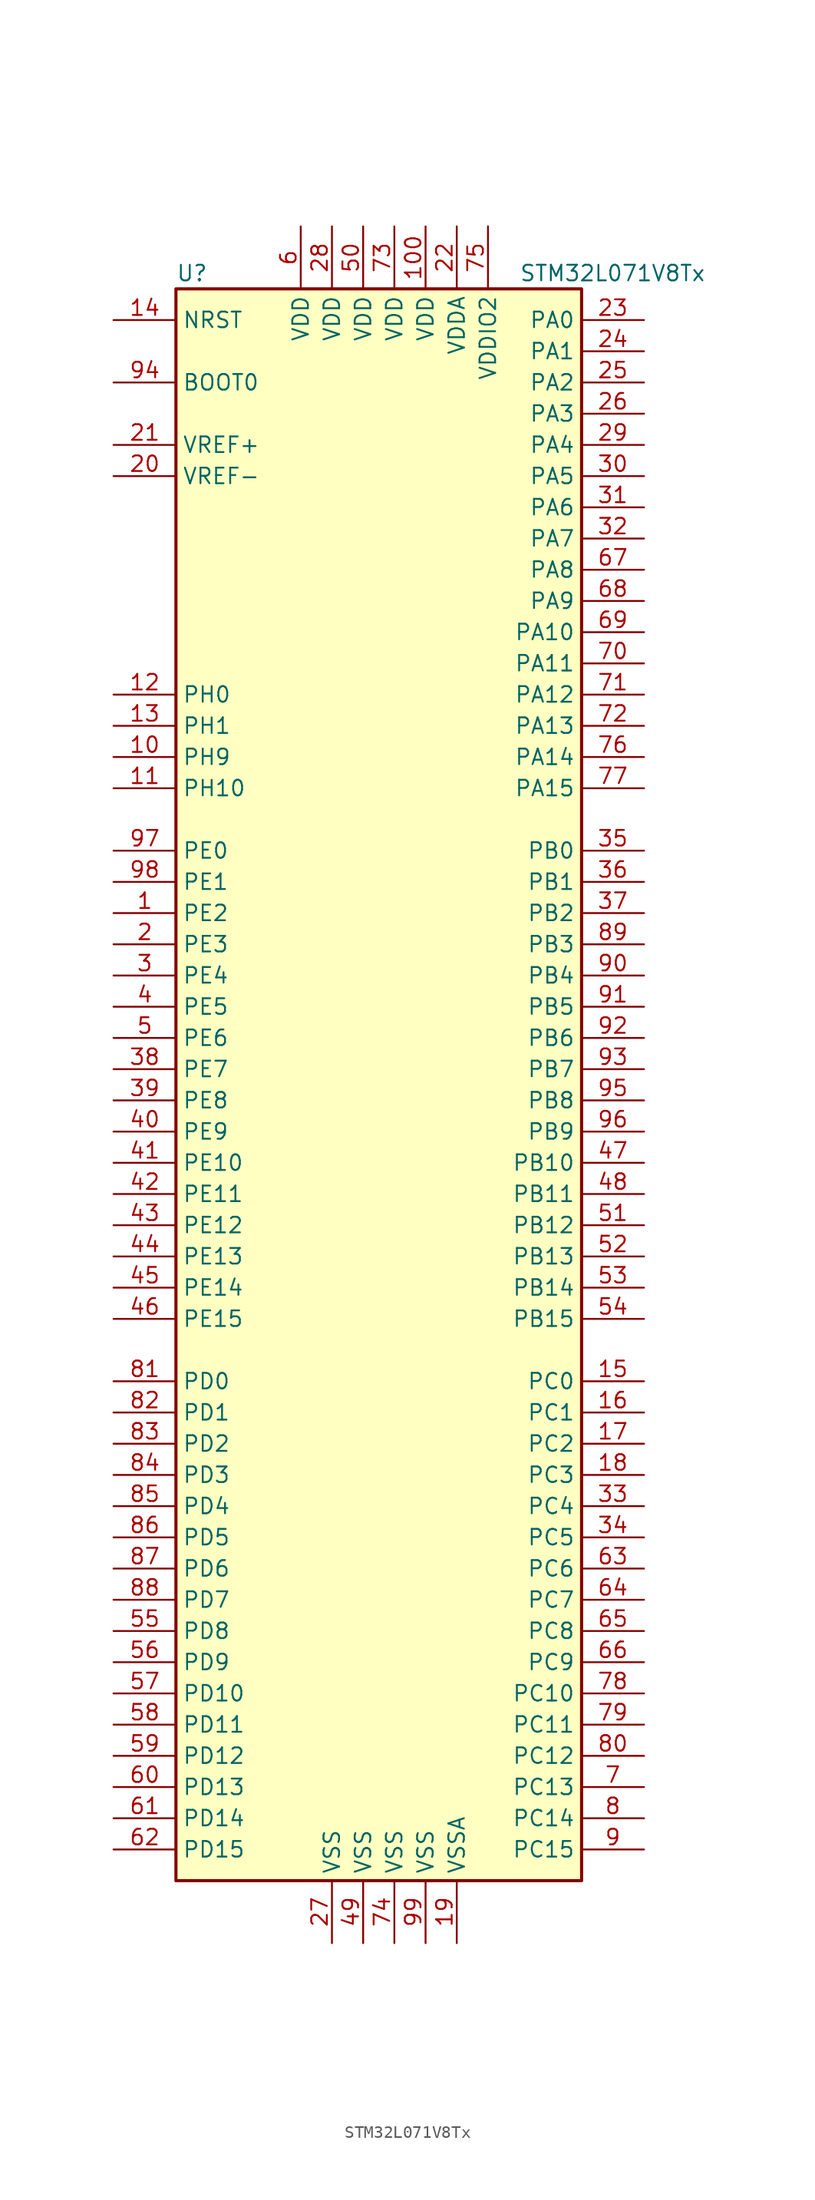
<source format=kicad_sym>
(kicad_symbol_lib
  (version 20201005)
  (generator kicad_symbol_editor)
  (symbol "STM32L071V8Tx"
    (property "Reference" "U"
      (at -17.78 64.77 0)
      (effects (font (size 1.27 1.27)) (justify left)))
    (property "Value" "STM32L071V8Tx"
      (at 10.16 64.77 0)
      (effects (font (size 1.27 1.27)) (justify left)))
    (symbol "STM32L071V8Tx_0_1"
      (rectangle (start -17.78 -66.04) (end 15.24 63.5) (stroke (width 0.254)) (fill (type background))))
    (symbol "STM32L071V8Tx_1_1"
      (pin input line (at -22.86 55.88 0) (length 5.08) (name "BOOT0" (effects (font (size 1.27 1.27)))) (number "94" (effects (font (size 1.27 1.27)))))
      (pin input line (at -22.86 60.96 0) (length 5.08) (name "NRST" (effects (font (size 1.27 1.27)))) (number "14" (effects (font (size 1.27 1.27)))))
      (pin bidirectional line (at 20.32 60.96 180) (length 5.08) (name "PA0" (effects (font (size 1.27 1.27)))) (number "23" (effects (font (size 1.27 1.27)))))
      (pin bidirectional line (at 20.32 58.42 180) (length 5.08) (name "PA1" (effects (font (size 1.27 1.27)))) (number "24" (effects (font (size 1.27 1.27)))))
      (pin bidirectional line (at 20.32 35.56 180) (length 5.08) (name "PA10" (effects (font (size 1.27 1.27)))) (number "69" (effects (font (size 1.27 1.27)))))
      (pin bidirectional line (at 20.32 33.02 180) (length 5.08) (name "PA11" (effects (font (size 1.27 1.27)))) (number "70" (effects (font (size 1.27 1.27)))))
      (pin bidirectional line (at 20.32 30.48 180) (length 5.08) (name "PA12" (effects (font (size 1.27 1.27)))) (number "71" (effects (font (size 1.27 1.27)))))
      (pin bidirectional line (at 20.32 27.94 180) (length 5.08) (name "PA13" (effects (font (size 1.27 1.27)))) (number "72" (effects (font (size 1.27 1.27)))))
      (pin bidirectional line (at 20.32 25.4 180) (length 5.08) (name "PA14" (effects (font (size 1.27 1.27)))) (number "76" (effects (font (size 1.27 1.27)))))
      (pin bidirectional line (at 20.32 22.86 180) (length 5.08) (name "PA15" (effects (font (size 1.27 1.27)))) (number "77" (effects (font (size 1.27 1.27)))))
      (pin bidirectional line (at 20.32 55.88 180) (length 5.08) (name "PA2" (effects (font (size 1.27 1.27)))) (number "25" (effects (font (size 1.27 1.27)))))
      (pin bidirectional line (at 20.32 53.34 180) (length 5.08) (name "PA3" (effects (font (size 1.27 1.27)))) (number "26" (effects (font (size 1.27 1.27)))))
      (pin bidirectional line (at 20.32 50.8 180) (length 5.08) (name "PA4" (effects (font (size 1.27 1.27)))) (number "29" (effects (font (size 1.27 1.27)))))
      (pin bidirectional line (at 20.32 48.26 180) (length 5.08) (name "PA5" (effects (font (size 1.27 1.27)))) (number "30" (effects (font (size 1.27 1.27)))))
      (pin bidirectional line (at 20.32 45.72 180) (length 5.08) (name "PA6" (effects (font (size 1.27 1.27)))) (number "31" (effects (font (size 1.27 1.27)))))
      (pin bidirectional line (at 20.32 43.18 180) (length 5.08) (name "PA7" (effects (font (size 1.27 1.27)))) (number "32" (effects (font (size 1.27 1.27)))))
      (pin bidirectional line (at 20.32 40.64 180) (length 5.08) (name "PA8" (effects (font (size 1.27 1.27)))) (number "67" (effects (font (size 1.27 1.27)))))
      (pin bidirectional line (at 20.32 38.1 180) (length 5.08) (name "PA9" (effects (font (size 1.27 1.27)))) (number "68" (effects (font (size 1.27 1.27)))))
      (pin bidirectional line (at 20.32 17.78 180) (length 5.08) (name "PB0" (effects (font (size 1.27 1.27)))) (number "35" (effects (font (size 1.27 1.27)))))
      (pin bidirectional line (at 20.32 15.24 180) (length 5.08) (name "PB1" (effects (font (size 1.27 1.27)))) (number "36" (effects (font (size 1.27 1.27)))))
      (pin bidirectional line (at 20.32 -7.62 180) (length 5.08) (name "PB10" (effects (font (size 1.27 1.27)))) (number "47" (effects (font (size 1.27 1.27)))))
      (pin bidirectional line (at 20.32 -10.16 180) (length 5.08) (name "PB11" (effects (font (size 1.27 1.27)))) (number "48" (effects (font (size 1.27 1.27)))))
      (pin bidirectional line (at 20.32 -12.7 180) (length 5.08) (name "PB12" (effects (font (size 1.27 1.27)))) (number "51" (effects (font (size 1.27 1.27)))))
      (pin bidirectional line (at 20.32 -15.24 180) (length 5.08) (name "PB13" (effects (font (size 1.27 1.27)))) (number "52" (effects (font (size 1.27 1.27)))))
      (pin bidirectional line (at 20.32 -17.78 180) (length 5.08) (name "PB14" (effects (font (size 1.27 1.27)))) (number "53" (effects (font (size 1.27 1.27)))))
      (pin bidirectional line (at 20.32 -20.32 180) (length 5.08) (name "PB15" (effects (font (size 1.27 1.27)))) (number "54" (effects (font (size 1.27 1.27)))))
      (pin bidirectional line (at 20.32 12.7 180) (length 5.08) (name "PB2" (effects (font (size 1.27 1.27)))) (number "37" (effects (font (size 1.27 1.27)))))
      (pin bidirectional line (at 20.32 10.16 180) (length 5.08) (name "PB3" (effects (font (size 1.27 1.27)))) (number "89" (effects (font (size 1.27 1.27)))))
      (pin bidirectional line (at 20.32 7.62 180) (length 5.08) (name "PB4" (effects (font (size 1.27 1.27)))) (number "90" (effects (font (size 1.27 1.27)))))
      (pin bidirectional line (at 20.32 5.08 180) (length 5.08) (name "PB5" (effects (font (size 1.27 1.27)))) (number "91" (effects (font (size 1.27 1.27)))))
      (pin bidirectional line (at 20.32 2.54 180) (length 5.08) (name "PB6" (effects (font (size 1.27 1.27)))) (number "92" (effects (font (size 1.27 1.27)))))
      (pin bidirectional line (at 20.32 0 180) (length 5.08) (name "PB7" (effects (font (size 1.27 1.27)))) (number "93" (effects (font (size 1.27 1.27)))))
      (pin bidirectional line (at 20.32 -2.54 180) (length 5.08) (name "PB8" (effects (font (size 1.27 1.27)))) (number "95" (effects (font (size 1.27 1.27)))))
      (pin bidirectional line (at 20.32 -5.08 180) (length 5.08) (name "PB9" (effects (font (size 1.27 1.27)))) (number "96" (effects (font (size 1.27 1.27)))))
      (pin bidirectional line (at 20.32 -25.4 180) (length 5.08) (name "PC0" (effects (font (size 1.27 1.27)))) (number "15" (effects (font (size 1.27 1.27)))))
      (pin bidirectional line (at 20.32 -27.94 180) (length 5.08) (name "PC1" (effects (font (size 1.27 1.27)))) (number "16" (effects (font (size 1.27 1.27)))))
      (pin bidirectional line (at 20.32 -50.8 180) (length 5.08) (name "PC10" (effects (font (size 1.27 1.27)))) (number "78" (effects (font (size 1.27 1.27)))))
      (pin bidirectional line (at 20.32 -53.34 180) (length 5.08) (name "PC11" (effects (font (size 1.27 1.27)))) (number "79" (effects (font (size 1.27 1.27)))))
      (pin bidirectional line (at 20.32 -55.88 180) (length 5.08) (name "PC12" (effects (font (size 1.27 1.27)))) (number "80" (effects (font (size 1.27 1.27)))))
      (pin bidirectional line (at 20.32 -58.42 180) (length 5.08) (name "PC13" (effects (font (size 1.27 1.27)))) (number "7" (effects (font (size 1.27 1.27)))))
      (pin bidirectional line (at 20.32 -60.96 180) (length 5.08) (name "PC14" (effects (font (size 1.27 1.27)))) (number "8" (effects (font (size 1.27 1.27)))))
      (pin bidirectional line (at 20.32 -63.5 180) (length 5.08) (name "PC15" (effects (font (size 1.27 1.27)))) (number "9" (effects (font (size 1.27 1.27)))))
      (pin bidirectional line (at 20.32 -30.48 180) (length 5.08) (name "PC2" (effects (font (size 1.27 1.27)))) (number "17" (effects (font (size 1.27 1.27)))))
      (pin bidirectional line (at 20.32 -33.02 180) (length 5.08) (name "PC3" (effects (font (size 1.27 1.27)))) (number "18" (effects (font (size 1.27 1.27)))))
      (pin bidirectional line (at 20.32 -35.56 180) (length 5.08) (name "PC4" (effects (font (size 1.27 1.27)))) (number "33" (effects (font (size 1.27 1.27)))))
      (pin bidirectional line (at 20.32 -38.1 180) (length 5.08) (name "PC5" (effects (font (size 1.27 1.27)))) (number "34" (effects (font (size 1.27 1.27)))))
      (pin bidirectional line (at 20.32 -40.64 180) (length 5.08) (name "PC6" (effects (font (size 1.27 1.27)))) (number "63" (effects (font (size 1.27 1.27)))))
      (pin bidirectional line (at 20.32 -43.18 180) (length 5.08) (name "PC7" (effects (font (size 1.27 1.27)))) (number "64" (effects (font (size 1.27 1.27)))))
      (pin bidirectional line (at 20.32 -45.72 180) (length 5.08) (name "PC8" (effects (font (size 1.27 1.27)))) (number "65" (effects (font (size 1.27 1.27)))))
      (pin bidirectional line (at 20.32 -48.26 180) (length 5.08) (name "PC9" (effects (font (size 1.27 1.27)))) (number "66" (effects (font (size 1.27 1.27)))))
      (pin bidirectional line (at -22.86 -25.4 0) (length 5.08) (name "PD0" (effects (font (size 1.27 1.27)))) (number "81" (effects (font (size 1.27 1.27)))))
      (pin bidirectional line (at -22.86 -27.94 0) (length 5.08) (name "PD1" (effects (font (size 1.27 1.27)))) (number "82" (effects (font (size 1.27 1.27)))))
      (pin bidirectional line (at -22.86 -50.8 0) (length 5.08) (name "PD10" (effects (font (size 1.27 1.27)))) (number "57" (effects (font (size 1.27 1.27)))))
      (pin bidirectional line (at -22.86 -53.34 0) (length 5.08) (name "PD11" (effects (font (size 1.27 1.27)))) (number "58" (effects (font (size 1.27 1.27)))))
      (pin bidirectional line (at -22.86 -55.88 0) (length 5.08) (name "PD12" (effects (font (size 1.27 1.27)))) (number "59" (effects (font (size 1.27 1.27)))))
      (pin bidirectional line (at -22.86 -58.42 0) (length 5.08) (name "PD13" (effects (font (size 1.27 1.27)))) (number "60" (effects (font (size 1.27 1.27)))))
      (pin bidirectional line (at -22.86 -60.96 0) (length 5.08) (name "PD14" (effects (font (size 1.27 1.27)))) (number "61" (effects (font (size 1.27 1.27)))))
      (pin bidirectional line (at -22.86 -63.5 0) (length 5.08) (name "PD15" (effects (font (size 1.27 1.27)))) (number "62" (effects (font (size 1.27 1.27)))))
      (pin bidirectional line (at -22.86 -30.48 0) (length 5.08) (name "PD2" (effects (font (size 1.27 1.27)))) (number "83" (effects (font (size 1.27 1.27)))))
      (pin bidirectional line (at -22.86 -33.02 0) (length 5.08) (name "PD3" (effects (font (size 1.27 1.27)))) (number "84" (effects (font (size 1.27 1.27)))))
      (pin bidirectional line (at -22.86 -35.56 0) (length 5.08) (name "PD4" (effects (font (size 1.27 1.27)))) (number "85" (effects (font (size 1.27 1.27)))))
      (pin bidirectional line (at -22.86 -38.1 0) (length 5.08) (name "PD5" (effects (font (size 1.27 1.27)))) (number "86" (effects (font (size 1.27 1.27)))))
      (pin bidirectional line (at -22.86 -40.64 0) (length 5.08) (name "PD6" (effects (font (size 1.27 1.27)))) (number "87" (effects (font (size 1.27 1.27)))))
      (pin bidirectional line (at -22.86 -43.18 0) (length 5.08) (name "PD7" (effects (font (size 1.27 1.27)))) (number "88" (effects (font (size 1.27 1.27)))))
      (pin bidirectional line (at -22.86 -45.72 0) (length 5.08) (name "PD8" (effects (font (size 1.27 1.27)))) (number "55" (effects (font (size 1.27 1.27)))))
      (pin bidirectional line (at -22.86 -48.26 0) (length 5.08) (name "PD9" (effects (font (size 1.27 1.27)))) (number "56" (effects (font (size 1.27 1.27)))))
      (pin bidirectional line (at -22.86 17.78 0) (length 5.08) (name "PE0" (effects (font (size 1.27 1.27)))) (number "97" (effects (font (size 1.27 1.27)))))
      (pin bidirectional line (at -22.86 15.24 0) (length 5.08) (name "PE1" (effects (font (size 1.27 1.27)))) (number "98" (effects (font (size 1.27 1.27)))))
      (pin bidirectional line (at -22.86 -7.62 0) (length 5.08) (name "PE10" (effects (font (size 1.27 1.27)))) (number "41" (effects (font (size 1.27 1.27)))))
      (pin bidirectional line (at -22.86 -10.16 0) (length 5.08) (name "PE11" (effects (font (size 1.27 1.27)))) (number "42" (effects (font (size 1.27 1.27)))))
      (pin bidirectional line (at -22.86 -12.7 0) (length 5.08) (name "PE12" (effects (font (size 1.27 1.27)))) (number "43" (effects (font (size 1.27 1.27)))))
      (pin bidirectional line (at -22.86 -15.24 0) (length 5.08) (name "PE13" (effects (font (size 1.27 1.27)))) (number "44" (effects (font (size 1.27 1.27)))))
      (pin bidirectional line (at -22.86 -17.78 0) (length 5.08) (name "PE14" (effects (font (size 1.27 1.27)))) (number "45" (effects (font (size 1.27 1.27)))))
      (pin bidirectional line (at -22.86 -20.32 0) (length 5.08) (name "PE15" (effects (font (size 1.27 1.27)))) (number "46" (effects (font (size 1.27 1.27)))))
      (pin bidirectional line (at -22.86 12.7 0) (length 5.08) (name "PE2" (effects (font (size 1.27 1.27)))) (number "1" (effects (font (size 1.27 1.27)))))
      (pin bidirectional line (at -22.86 10.16 0) (length 5.08) (name "PE3" (effects (font (size 1.27 1.27)))) (number "2" (effects (font (size 1.27 1.27)))))
      (pin bidirectional line (at -22.86 7.62 0) (length 5.08) (name "PE4" (effects (font (size 1.27 1.27)))) (number "3" (effects (font (size 1.27 1.27)))))
      (pin bidirectional line (at -22.86 5.08 0) (length 5.08) (name "PE5" (effects (font (size 1.27 1.27)))) (number "4" (effects (font (size 1.27 1.27)))))
      (pin bidirectional line (at -22.86 2.54 0) (length 5.08) (name "PE6" (effects (font (size 1.27 1.27)))) (number "5" (effects (font (size 1.27 1.27)))))
      (pin bidirectional line (at -22.86 0 0) (length 5.08) (name "PE7" (effects (font (size 1.27 1.27)))) (number "38" (effects (font (size 1.27 1.27)))))
      (pin bidirectional line (at -22.86 -2.54 0) (length 5.08) (name "PE8" (effects (font (size 1.27 1.27)))) (number "39" (effects (font (size 1.27 1.27)))))
      (pin bidirectional line (at -22.86 -5.08 0) (length 5.08) (name "PE9" (effects (font (size 1.27 1.27)))) (number "40" (effects (font (size 1.27 1.27)))))
      (pin input line (at -22.86 30.48 0) (length 5.08) (name "PH0" (effects (font (size 1.27 1.27)))) (number "12" (effects (font (size 1.27 1.27)))))
      (pin input line (at -22.86 27.94 0) (length 5.08) (name "PH1" (effects (font (size 1.27 1.27)))) (number "13" (effects (font (size 1.27 1.27)))))
      (pin bidirectional line (at -22.86 22.86 0) (length 5.08) (name "PH10" (effects (font (size 1.27 1.27)))) (number "11" (effects (font (size 1.27 1.27)))))
      (pin bidirectional line (at -22.86 25.4 0) (length 5.08) (name "PH9" (effects (font (size 1.27 1.27)))) (number "10" (effects (font (size 1.27 1.27)))))
      (pin power_in line (at 2.54 68.58 270) (length 5.08) (name "VDD" (effects (font (size 1.27 1.27)))) (number "100" (effects (font (size 1.27 1.27)))))
      (pin power_in line (at -5.08 68.58 270) (length 5.08) (name "VDD" (effects (font (size 1.27 1.27)))) (number "28" (effects (font (size 1.27 1.27)))))
      (pin power_in line (at -2.54 68.58 270) (length 5.08) (name "VDD" (effects (font (size 1.27 1.27)))) (number "50" (effects (font (size 1.27 1.27)))))
      (pin power_in line (at -7.62 68.58 270) (length 5.08) (name "VDD" (effects (font (size 1.27 1.27)))) (number "6" (effects (font (size 1.27 1.27)))))
      (pin power_in line (at 0 68.58 270) (length 5.08) (name "VDD" (effects (font (size 1.27 1.27)))) (number "73" (effects (font (size 1.27 1.27)))))
      (pin power_in line (at 5.08 68.58 270) (length 5.08) (name "VDDA" (effects (font (size 1.27 1.27)))) (number "22" (effects (font (size 1.27 1.27)))))
      (pin power_in line (at 7.62 68.58 270) (length 5.08) (name "VDDIO2" (effects (font (size 1.27 1.27)))) (number "75" (effects (font (size 1.27 1.27)))))
      (pin power_in line (at -22.86 50.8 0) (length 5.08) (name "VREF+" (effects (font (size 1.27 1.27)))) (number "21" (effects (font (size 1.27 1.27)))))
      (pin power_in line (at -22.86 48.26 0) (length 5.08) (name "VREF-" (effects (font (size 1.27 1.27)))) (number "20" (effects (font (size 1.27 1.27)))))
      (pin power_in line (at -5.08 -71.12 90) (length 5.08) (name "VSS" (effects (font (size 1.27 1.27)))) (number "27" (effects (font (size 1.27 1.27)))))
      (pin power_in line (at -2.54 -71.12 90) (length 5.08) (name "VSS" (effects (font (size 1.27 1.27)))) (number "49" (effects (font (size 1.27 1.27)))))
      (pin power_in line (at 0 -71.12 90) (length 5.08) (name "VSS" (effects (font (size 1.27 1.27)))) (number "74" (effects (font (size 1.27 1.27)))))
      (pin power_in line (at 2.54 -71.12 90) (length 5.08) (name "VSS" (effects (font (size 1.27 1.27)))) (number "99" (effects (font (size 1.27 1.27)))))
      (pin power_in line (at 5.08 -71.12 90) (length 5.08) (name "VSSA" (effects (font (size 1.27 1.27)))) (number "19" (effects (font (size 1.27 1.27))))))))
</source>
